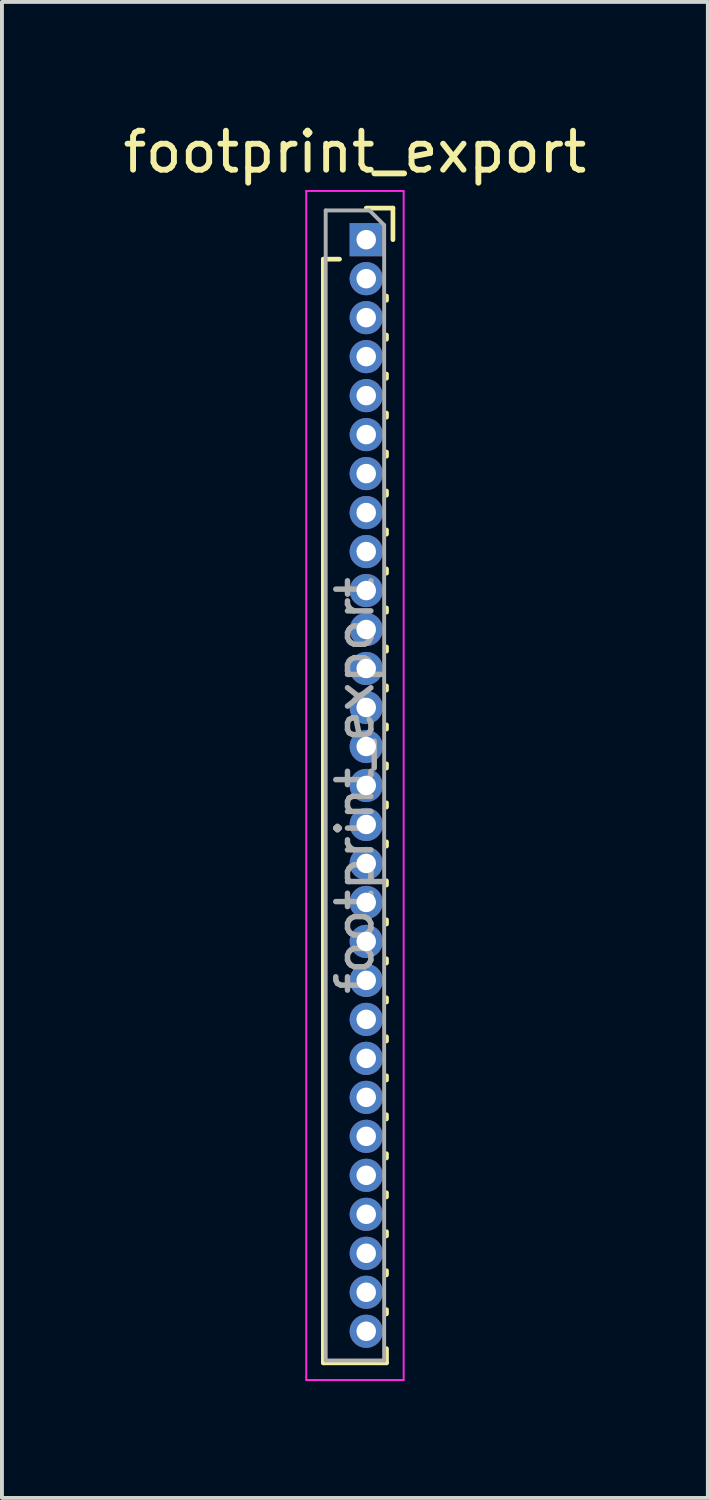
<source format=kicad_pcb>
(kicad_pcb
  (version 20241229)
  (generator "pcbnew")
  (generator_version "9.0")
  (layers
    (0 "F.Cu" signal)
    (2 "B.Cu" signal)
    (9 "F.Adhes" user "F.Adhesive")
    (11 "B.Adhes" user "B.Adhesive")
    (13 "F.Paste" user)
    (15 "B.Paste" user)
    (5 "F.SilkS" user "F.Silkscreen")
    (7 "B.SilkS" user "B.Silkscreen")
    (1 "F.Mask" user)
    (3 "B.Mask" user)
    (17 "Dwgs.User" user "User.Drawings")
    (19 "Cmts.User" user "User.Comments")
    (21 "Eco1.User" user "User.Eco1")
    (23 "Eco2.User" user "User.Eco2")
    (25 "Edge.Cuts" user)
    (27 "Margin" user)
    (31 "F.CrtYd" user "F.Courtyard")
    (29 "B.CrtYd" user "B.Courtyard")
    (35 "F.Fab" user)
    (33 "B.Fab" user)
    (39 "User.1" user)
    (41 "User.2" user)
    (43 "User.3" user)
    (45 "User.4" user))
  (footprint "footprint_export"
    (layer "F.Cu")
    (at 6.344 3.098)
    (property "Reference" "footprint_export" (at -0.29 -2.25 0) (layer "F.SilkS") (effects (font (size 1 1) (thickness 0.15))))
    (attr through_hole)
    (fp_line (start -1.1 0.5) (end -1.1 28.81) (stroke (width 0.12) (type solid)) (layer "F.SilkS"))
    (fp_line (start -1.1 0.5) (end -0.685 0.5) (stroke (width 0.12) (type solid)) (layer "F.SilkS"))
    (fp_line (start -1.1 28.81) (end 0.52 28.81) (stroke (width 0.12) (type solid)) (layer "F.SilkS"))
    (fp_line (start 0 -0.81) (end 0.685 -0.81) (stroke (width 0.12) (type solid)) (layer "F.SilkS"))
    (fp_line (start 0.52 1.446) (end 0.52 1.554) (stroke (width 0.12) (type solid)) (layer "F.SilkS"))
    (fp_line (start 0.52 2.446) (end 0.52 2.554) (stroke (width 0.12) (type solid)) (layer "F.SilkS"))
    (fp_line (start 0.52 3.446) (end 0.52 3.554) (stroke (width 0.12) (type solid)) (layer "F.SilkS"))
    (fp_line (start 0.52 4.446) (end 0.52 4.554) (stroke (width 0.12) (type solid)) (layer "F.SilkS"))
    (fp_line (start 0.52 5.446) (end 0.52 5.554) (stroke (width 0.12) (type solid)) (layer "F.SilkS"))
    (fp_line (start 0.52 6.446) (end 0.52 6.554) (stroke (width 0.12) (type solid)) (layer "F.SilkS"))
    (fp_line (start 0.52 7.446) (end 0.52 7.554) (stroke (width 0.12) (type solid)) (layer "F.SilkS"))
    (fp_line (start 0.52 8.446) (end 0.52 8.554) (stroke (width 0.12) (type solid)) (layer "F.SilkS"))
    (fp_line (start 0.52 9.446) (end 0.52 9.554) (stroke (width 0.12) (type solid)) (layer "F.SilkS"))
    (fp_line (start 0.52 10.446) (end 0.52 10.554) (stroke (width 0.12) (type solid)) (layer "F.SilkS"))
    (fp_line (start 0.52 11.446) (end 0.52 11.554) (stroke (width 0.12) (type solid)) (layer "F.SilkS"))
    (fp_line (start 0.52 12.446) (end 0.52 12.554) (stroke (width 0.12) (type solid)) (layer "F.SilkS"))
    (fp_line (start 0.52 13.446) (end 0.52 13.554) (stroke (width 0.12) (type solid)) (layer "F.SilkS"))
    (fp_line (start 0.52 14.446) (end 0.52 14.554) (stroke (width 0.12) (type solid)) (layer "F.SilkS"))
    (fp_line (start 0.52 15.446) (end 0.52 15.554) (stroke (width 0.12) (type solid)) (layer "F.SilkS"))
    (fp_line (start 0.52 16.446) (end 0.52 16.554) (stroke (width 0.12) (type solid)) (layer "F.SilkS"))
    (fp_line (start 0.52 17.446) (end 0.52 17.554) (stroke (width 0.12) (type solid)) (layer "F.SilkS"))
    (fp_line (start 0.52 18.446) (end 0.52 18.554) (stroke (width 0.12) (type solid)) (layer "F.SilkS"))
    (fp_line (start 0.52 19.446) (end 0.52 19.554) (stroke (width 0.12) (type solid)) (layer "F.SilkS"))
    (fp_line (start 0.52 20.446) (end 0.52 20.554) (stroke (width 0.12) (type solid)) (layer "F.SilkS"))
    (fp_line (start 0.52 21.446) (end 0.52 21.554) (stroke (width 0.12) (type solid)) (layer "F.SilkS"))
    (fp_line (start 0.52 22.446) (end 0.52 22.554) (stroke (width 0.12) (type solid)) (layer "F.SilkS"))
    (fp_line (start 0.52 23.446) (end 0.52 23.554) (stroke (width 0.12) (type solid)) (layer "F.SilkS"))
    (fp_line (start 0.52 24.446) (end 0.52 24.554) (stroke (width 0.12) (type solid)) (layer "F.SilkS"))
    (fp_line (start 0.52 25.446) (end 0.52 25.554) (stroke (width 0.12) (type solid)) (layer "F.SilkS"))
    (fp_line (start 0.52 26.446) (end 0.52 26.554) (stroke (width 0.12) (type solid)) (layer "F.SilkS"))
    (fp_line (start 0.52 27.446) (end 0.52 27.554) (stroke (width 0.12) (type solid)) (layer "F.SilkS"))
    (fp_line (start 0.52 28.446) (end 0.52 28.81) (stroke (width 0.12) (type solid)) (layer "F.SilkS"))
    (fp_line (start 0.685 -0.81) (end 0.685 0) (stroke (width 0.12) (type solid)) (layer "F.SilkS"))
    (fp_line (start -1.54 -1.25) (end 0.96 -1.25) (stroke (width 0.05) (type solid)) (layer "F.CrtYd"))
    (fp_line (start -1.54 29.25) (end -1.54 -1.25) (stroke (width 0.05) (type solid)) (layer "F.CrtYd"))
    (fp_line (start 0.96 -1.25) (end 0.96 29.25) (stroke (width 0.05) (type solid)) (layer "F.CrtYd"))
    (fp_line (start 0.96 29.25) (end -1.54 29.25) (stroke (width 0.05) (type solid)) (layer "F.CrtYd"))
    (fp_line (start -1.04 -0.75) (end 0.085 -0.75) (stroke (width 0.1) (type solid)) (layer "F.Fab"))
    (fp_line (start -1.04 28.75) (end -1.04 -0.75) (stroke (width 0.1) (type solid)) (layer "F.Fab"))
    (fp_line (start 0.085 -0.75) (end 0.46 -0.375) (stroke (width 0.1) (type solid)) (layer "F.Fab"))
    (fp_line (start 0.46 -0.375) (end 0.46 28.75) (stroke (width 0.1) (type solid)) (layer "F.Fab"))
    (fp_line (start 0.46 28.75) (end -1.04 28.75) (stroke (width 0.1) (type solid)) (layer "F.Fab"))
    (fp_text user "${REFERENCE}" (at -0.29 14 90) (layer "F.Fab") (effects (font (size 0.9 0.9) (thickness 0.14))))
    (pad "1" thru_hole rect (at 0 0) (size 0.85 0.85) (drill 0.5) (layers "*.Cu" "*.Mask"))
    (pad "2" thru_hole oval (at 0 1) (size 0.85 0.85) (drill 0.5) (layers "*.Cu" "*.Mask"))
    (pad "3" thru_hole oval (at 0 2) (size 0.85 0.85) (drill 0.5) (layers "*.Cu" "*.Mask"))
    (pad "4" thru_hole oval (at 0 3) (size 0.85 0.85) (drill 0.5) (layers "*.Cu" "*.Mask"))
    (pad "5" thru_hole oval (at 0 4) (size 0.85 0.85) (drill 0.5) (layers "*.Cu" "*.Mask"))
    (pad "6" thru_hole oval (at 0 5) (size 0.85 0.85) (drill 0.5) (layers "*.Cu" "*.Mask"))
    (pad "7" thru_hole oval (at 0 6) (size 0.85 0.85) (drill 0.5) (layers "*.Cu" "*.Mask"))
    (pad "8" thru_hole oval (at 0 7) (size 0.85 0.85) (drill 0.5) (layers "*.Cu" "*.Mask"))
    (pad "9" thru_hole oval (at 0 8) (size 0.85 0.85) (drill 0.5) (layers "*.Cu" "*.Mask"))
    (pad "10" thru_hole oval (at 0 9) (size 0.85 0.85) (drill 0.5) (layers "*.Cu" "*.Mask"))
    (pad "11" thru_hole oval (at 0 10) (size 0.85 0.85) (drill 0.5) (layers "*.Cu" "*.Mask"))
    (pad "12" thru_hole oval (at 0 11) (size 0.85 0.85) (drill 0.5) (layers "*.Cu" "*.Mask"))
    (pad "13" thru_hole oval (at 0 12) (size 0.85 0.85) (drill 0.5) (layers "*.Cu" "*.Mask"))
    (pad "14" thru_hole oval (at 0 13) (size 0.85 0.85) (drill 0.5) (layers "*.Cu" "*.Mask"))
    (pad "15" thru_hole oval (at 0 14) (size 0.85 0.85) (drill 0.5) (layers "*.Cu" "*.Mask"))
    (pad "16" thru_hole oval (at 0 15) (size 0.85 0.85) (drill 0.5) (layers "*.Cu" "*.Mask"))
    (pad "17" thru_hole oval (at 0 16) (size 0.85 0.85) (drill 0.5) (layers "*.Cu" "*.Mask"))
    (pad "18" thru_hole oval (at 0 17) (size 0.85 0.85) (drill 0.5) (layers "*.Cu" "*.Mask"))
    (pad "19" thru_hole oval (at 0 18) (size 0.85 0.85) (drill 0.5) (layers "*.Cu" "*.Mask"))
    (pad "20" thru_hole oval (at 0 19) (size 0.85 0.85) (drill 0.5) (layers "*.Cu" "*.Mask"))
    (pad "21" thru_hole oval (at 0 20) (size 0.85 0.85) (drill 0.5) (layers "*.Cu" "*.Mask"))
    (pad "22" thru_hole oval (at 0 21) (size 0.85 0.85) (drill 0.5) (layers "*.Cu" "*.Mask"))
    (pad "23" thru_hole oval (at 0 22) (size 0.85 0.85) (drill 0.5) (layers "*.Cu" "*.Mask"))
    (pad "24" thru_hole oval (at 0 23) (size 0.85 0.85) (drill 0.5) (layers "*.Cu" "*.Mask"))
    (pad "25" thru_hole oval (at 0 24) (size 0.85 0.85) (drill 0.5) (layers "*.Cu" "*.Mask"))
    (pad "26" thru_hole oval (at 0 25) (size 0.85 0.85) (drill 0.5) (layers "*.Cu" "*.Mask"))
    (pad "27" thru_hole oval (at 0 26) (size 0.85 0.85) (drill 0.5) (layers "*.Cu" "*.Mask"))
    (pad "28" thru_hole oval (at 0 27) (size 0.85 0.85) (drill 0.5) (layers "*.Cu" "*.Mask"))
    (pad "29" thru_hole oval (at 0 28) (size 0.85 0.85) (drill 0.5) (layers "*.Cu" "*.Mask")))
  (gr_rect
    (start -3 -3)
    (end 15.107 35.373)
    (stroke (width 0.1) (type default))
    (fill no)
    (layer "Edge.Cuts")))
</source>
